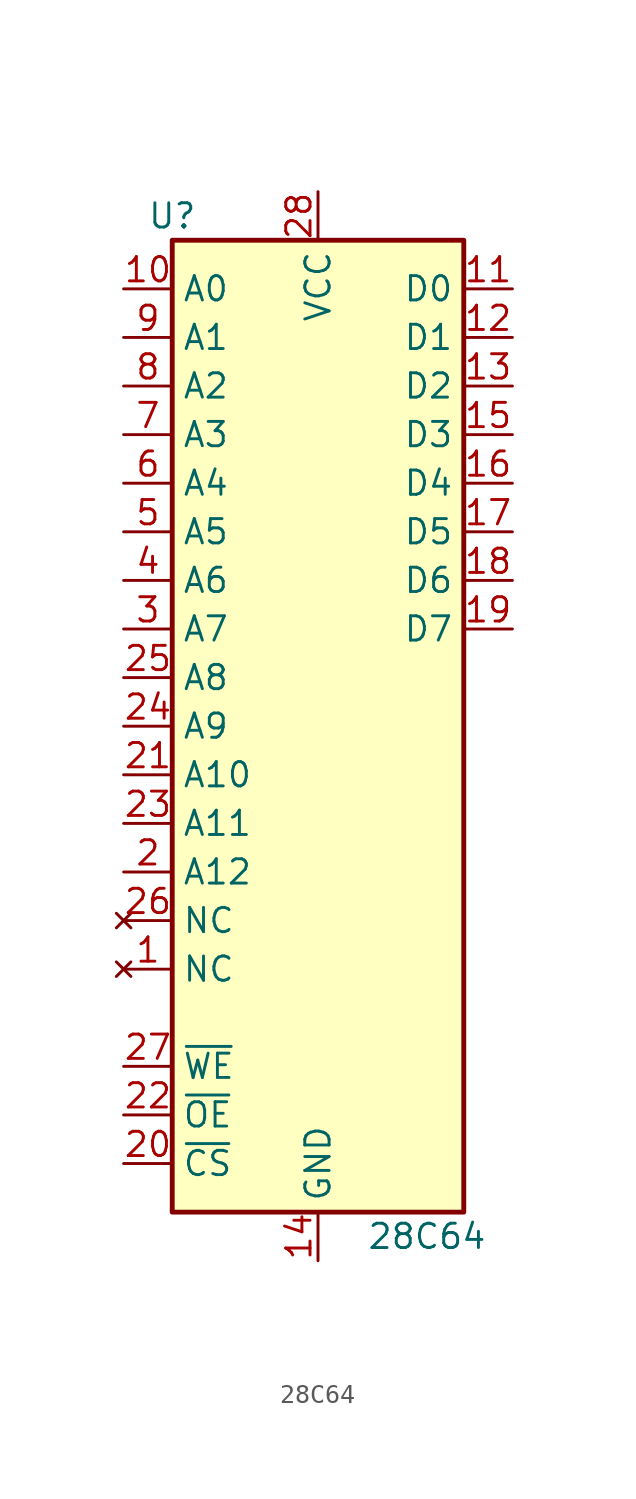
<source format=kicad_sym>
(kicad_symbol_lib
  (version 20231120)
  (generator "kicad_symbol_editor")
  (generator_version "8.0")
  (symbol "28C64"
    (property "Reference" "U"
      (at -7.62 26.67 0)
      (effects (font (size 1.27 1.27))))
    (property "Value" "28C64"
      (at 2.54 -26.67 0)
      (effects (font (size 1.27 1.27)) (justify left)))
    (symbol "28C64_1_1"
      (rectangle (start -7.62 25.4) (end 7.62 -25.4) (stroke (width 0.254) (type default)) (fill (type background)))
      (pin no_connect line (at -10.16 -12.7 0) (length 2.54) (name "NC" (effects (font (size 1.27 1.27)))) (number "1" (effects (font (size 1.27 1.27)))))
      (pin input line (at -10.16 22.86 0) (length 2.54) (name "A0" (effects (font (size 1.27 1.27)))) (number "10" (effects (font (size 1.27 1.27)))))
      (pin tri_state line (at 10.16 22.86 180) (length 2.54) (name "D0" (effects (font (size 1.27 1.27)))) (number "11" (effects (font (size 1.27 1.27)))))
      (pin tri_state line (at 10.16 20.32 180) (length 2.54) (name "D1" (effects (font (size 1.27 1.27)))) (number "12" (effects (font (size 1.27 1.27)))))
      (pin tri_state line (at 10.16 17.78 180) (length 2.54) (name "D2" (effects (font (size 1.27 1.27)))) (number "13" (effects (font (size 1.27 1.27)))))
      (pin power_in line (at 0 -27.94 90) (length 2.54) (name "GND" (effects (font (size 1.27 1.27)))) (number "14" (effects (font (size 1.27 1.27)))))
      (pin tri_state line (at 10.16 15.24 180) (length 2.54) (name "D3" (effects (font (size 1.27 1.27)))) (number "15" (effects (font (size 1.27 1.27)))))
      (pin tri_state line (at 10.16 12.7 180) (length 2.54) (name "D4" (effects (font (size 1.27 1.27)))) (number "16" (effects (font (size 1.27 1.27)))))
      (pin tri_state line (at 10.16 10.16 180) (length 2.54) (name "D5" (effects (font (size 1.27 1.27)))) (number "17" (effects (font (size 1.27 1.27)))))
      (pin tri_state line (at 10.16 7.62 180) (length 2.54) (name "D6" (effects (font (size 1.27 1.27)))) (number "18" (effects (font (size 1.27 1.27)))))
      (pin tri_state line (at 10.16 5.08 180) (length 2.54) (name "D7" (effects (font (size 1.27 1.27)))) (number "19" (effects (font (size 1.27 1.27)))))
      (pin input line (at -10.16 -7.62 0) (length 2.54) (name "A12" (effects (font (size 1.27 1.27)))) (number "2" (effects (font (size 1.27 1.27)))))
      (pin input line (at -10.16 -22.86 0) (length 2.54) (name "~{CS}" (effects (font (size 1.27 1.27)))) (number "20" (effects (font (size 1.27 1.27)))))
      (pin input line (at -10.16 -2.54 0) (length 2.54) (name "A10" (effects (font (size 1.27 1.27)))) (number "21" (effects (font (size 1.27 1.27)))))
      (pin input line (at -10.16 -20.32 0) (length 2.54) (name "~{OE}" (effects (font (size 1.27 1.27)))) (number "22" (effects (font (size 1.27 1.27)))))
      (pin input line (at -10.16 -5.08 0) (length 2.54) (name "A11" (effects (font (size 1.27 1.27)))) (number "23" (effects (font (size 1.27 1.27)))))
      (pin input line (at -10.16 0 0) (length 2.54) (name "A9" (effects (font (size 1.27 1.27)))) (number "24" (effects (font (size 1.27 1.27)))))
      (pin input line (at -10.16 2.54 0) (length 2.54) (name "A8" (effects (font (size 1.27 1.27)))) (number "25" (effects (font (size 1.27 1.27)))))
      (pin no_connect line (at -10.16 -10.16 0) (length 2.54) (name "NC" (effects (font (size 1.27 1.27)))) (number "26" (effects (font (size 1.27 1.27)))))
      (pin input line (at -10.16 -17.78 0) (length 2.54) (name "~{WE}" (effects (font (size 1.27 1.27)))) (number "27" (effects (font (size 1.27 1.27)))))
      (pin power_in line (at 0 27.94 270) (length 2.54) (name "VCC" (effects (font (size 1.27 1.27)))) (number "28" (effects (font (size 1.27 1.27)))))
      (pin input line (at -10.16 5.08 0) (length 2.54) (name "A7" (effects (font (size 1.27 1.27)))) (number "3" (effects (font (size 1.27 1.27)))))
      (pin input line (at -10.16 7.62 0) (length 2.54) (name "A6" (effects (font (size 1.27 1.27)))) (number "4" (effects (font (size 1.27 1.27)))))
      (pin input line (at -10.16 10.16 0) (length 2.54) (name "A5" (effects (font (size 1.27 1.27)))) (number "5" (effects (font (size 1.27 1.27)))))
      (pin input line (at -10.16 12.7 0) (length 2.54) (name "A4" (effects (font (size 1.27 1.27)))) (number "6" (effects (font (size 1.27 1.27)))))
      (pin input line (at -10.16 15.24 0) (length 2.54) (name "A3" (effects (font (size 1.27 1.27)))) (number "7" (effects (font (size 1.27 1.27)))))
      (pin input line (at -10.16 17.78 0) (length 2.54) (name "A2" (effects (font (size 1.27 1.27)))) (number "8" (effects (font (size 1.27 1.27)))))
      (pin input line (at -10.16 20.32 0) (length 2.54) (name "A1" (effects (font (size 1.27 1.27)))) (number "9" (effects (font (size 1.27 1.27))))))))
</source>
